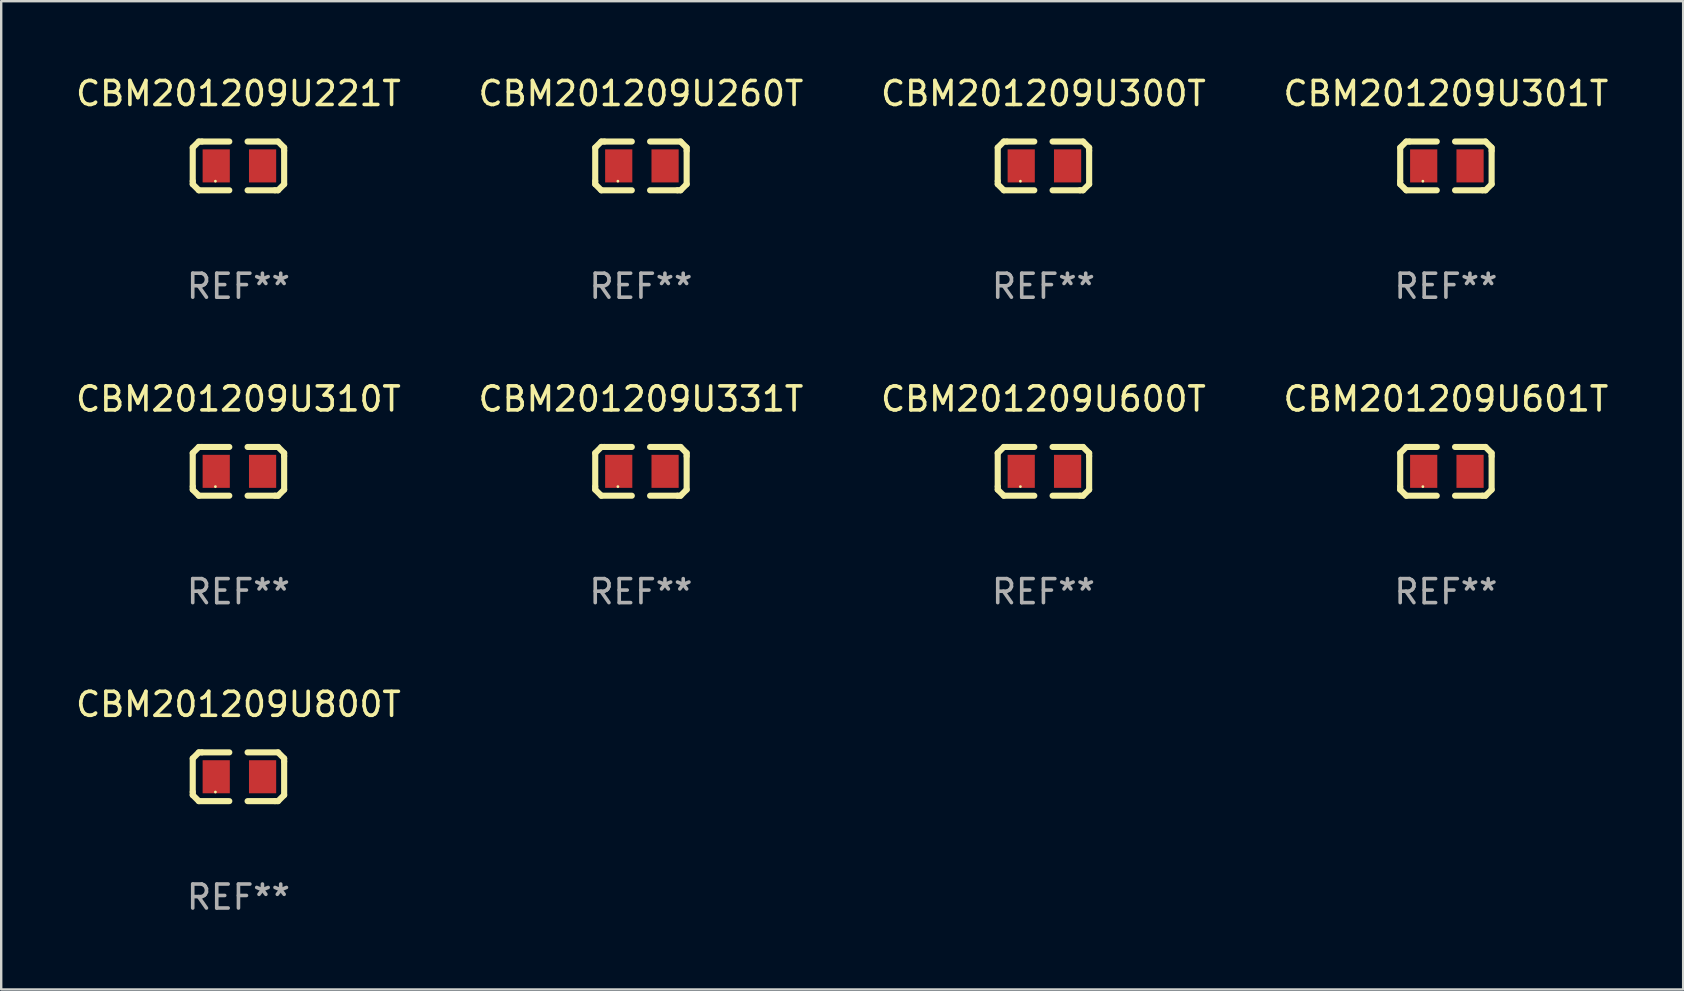
<source format=kicad_pcb>
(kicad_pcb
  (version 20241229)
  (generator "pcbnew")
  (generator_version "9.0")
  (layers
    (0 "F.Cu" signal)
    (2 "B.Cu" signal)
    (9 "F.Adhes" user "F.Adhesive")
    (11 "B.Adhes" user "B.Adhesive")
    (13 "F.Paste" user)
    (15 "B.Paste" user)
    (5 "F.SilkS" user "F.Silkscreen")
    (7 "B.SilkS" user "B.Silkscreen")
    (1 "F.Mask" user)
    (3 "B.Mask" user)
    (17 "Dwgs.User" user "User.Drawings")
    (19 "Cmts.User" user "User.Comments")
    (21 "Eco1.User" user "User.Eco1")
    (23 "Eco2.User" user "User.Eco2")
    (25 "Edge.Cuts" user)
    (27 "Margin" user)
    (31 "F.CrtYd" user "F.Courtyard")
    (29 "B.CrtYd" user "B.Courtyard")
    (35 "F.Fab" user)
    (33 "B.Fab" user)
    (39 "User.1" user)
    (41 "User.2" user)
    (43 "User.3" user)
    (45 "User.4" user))
  (footprint "CBM201209U260T"
    (layer "F.Cu")
    (at 23.661 3.864)
    (property "Reference" "CBM201209U260T" (at 0 -3.016 0) (layer "F.SilkS") (effects (font (size 1 1) (thickness 0.15))))
    (attr through_hole)
    (fp_line (start -1.905 -0.762) (end -1.905 0.635) (stroke (width 0.254) (type solid)) (layer "F.SilkS"))
    (fp_line (start -1.905 0.635) (end -1.905 0.762) (stroke (width 0.254) (type solid)) (layer "F.SilkS"))
    (fp_line (start -1.905 0.762) (end -1.651 1.016) (stroke (width 0.254) (type solid)) (layer "F.SilkS"))
    (fp_line (start -1.651 -1.016) (end -1.905 -0.762) (stroke (width 0.254) (type solid)) (layer "F.SilkS"))
    (fp_line (start -1.651 1.016) (end -0.381 1.016) (stroke (width 0.254) (type solid)) (layer "F.SilkS"))
    (fp_line (start -1.524 -1.016) (end -1.651 -1.016) (stroke (width 0.254) (type solid)) (layer "F.SilkS"))
    (fp_line (start -0.381 -1.016) (end -1.524 -1.016) (stroke (width 0.254) (type solid)) (layer "F.SilkS"))
    (fp_line (start 0.381 1.016) (end 1.524 1.016) (stroke (width 0.254) (type solid)) (layer "F.SilkS"))
    (fp_line (start 1.524 1.016) (end 1.651 1.016) (stroke (width 0.254) (type solid)) (layer "F.SilkS"))
    (fp_line (start 1.651 -1.016) (end 0.381 -1.016) (stroke (width 0.254) (type solid)) (layer "F.SilkS"))
    (fp_line (start 1.651 1.016) (end 1.905 0.762) (stroke (width 0.254) (type solid)) (layer "F.SilkS"))
    (fp_line (start 1.905 -0.762) (end 1.651 -1.016) (stroke (width 0.254) (type solid)) (layer "F.SilkS"))
    (fp_line (start 1.905 -0.635) (end 1.905 -0.762) (stroke (width 0.254) (type solid)) (layer "F.SilkS"))
    (fp_line (start 1.905 0.762) (end 1.905 -0.635) (stroke (width 0.254) (type solid)) (layer "F.SilkS"))
    (fp_circle (center -0.96 0.637) (end -0.93 0.637) (stroke (width 0.06) (type solid)) (fill no) (layer "F.SilkS"))
    (fp_text user "REF**" (at 0 5.016 0) (layer "F.Fab") (effects (font (size 1 1) (thickness 0.15))))
    (pad "1" smd rect (at -0.926 -0.000051) (size 1.133 1.377) (layers "F.Cu" "F.Mask" "F.Paste"))
    (pad "2" smd rect (at 1.006 -0.000051) (size 1.133 1.377) (layers "F.Cu" "F.Mask" "F.Paste")))
  (footprint "CBM201209U300T"
    (layer "F.Cu")
    (at 40.435 3.864)
    (property "Reference" "CBM201209U300T" (at 0 -3.016 0) (layer "F.SilkS") (effects (font (size 1 1) (thickness 0.15))))
    (attr through_hole)
    (fp_line (start -1.905 -0.762) (end -1.905 0.635) (stroke (width 0.254) (type solid)) (layer "F.SilkS"))
    (fp_line (start -1.905 0.635) (end -1.905 0.762) (stroke (width 0.254) (type solid)) (layer "F.SilkS"))
    (fp_line (start -1.905 0.762) (end -1.651 1.016) (stroke (width 0.254) (type solid)) (layer "F.SilkS"))
    (fp_line (start -1.651 -1.016) (end -1.905 -0.762) (stroke (width 0.254) (type solid)) (layer "F.SilkS"))
    (fp_line (start -1.651 1.016) (end -0.381 1.016) (stroke (width 0.254) (type solid)) (layer "F.SilkS"))
    (fp_line (start -1.524 -1.016) (end -1.651 -1.016) (stroke (width 0.254) (type solid)) (layer "F.SilkS"))
    (fp_line (start -0.381 -1.016) (end -1.524 -1.016) (stroke (width 0.254) (type solid)) (layer "F.SilkS"))
    (fp_line (start 0.381 1.016) (end 1.524 1.016) (stroke (width 0.254) (type solid)) (layer "F.SilkS"))
    (fp_line (start 1.524 1.016) (end 1.651 1.016) (stroke (width 0.254) (type solid)) (layer "F.SilkS"))
    (fp_line (start 1.651 -1.016) (end 0.381 -1.016) (stroke (width 0.254) (type solid)) (layer "F.SilkS"))
    (fp_line (start 1.651 1.016) (end 1.905 0.762) (stroke (width 0.254) (type solid)) (layer "F.SilkS"))
    (fp_line (start 1.905 -0.762) (end 1.651 -1.016) (stroke (width 0.254) (type solid)) (layer "F.SilkS"))
    (fp_line (start 1.905 -0.635) (end 1.905 -0.762) (stroke (width 0.254) (type solid)) (layer "F.SilkS"))
    (fp_line (start 1.905 0.762) (end 1.905 -0.635) (stroke (width 0.254) (type solid)) (layer "F.SilkS"))
    (fp_circle (center -0.96 0.637) (end -0.93 0.637) (stroke (width 0.06) (type solid)) (fill no) (layer "F.SilkS"))
    (fp_text user "REF**" (at 0 5.016 0) (layer "F.Fab") (effects (font (size 1 1) (thickness 0.15))))
    (pad "1" smd rect (at -0.926 -0.000051) (size 1.133 1.377) (layers "F.Cu" "F.Mask" "F.Paste"))
    (pad "2" smd rect (at 1.006 -0.000051) (size 1.133 1.377) (layers "F.Cu" "F.Mask" "F.Paste")))
  (footprint "CBM201209U600T"
    (layer "F.Cu")
    (at 40.435 16.593)
    (property "Reference" "CBM201209U600T" (at 0 -3.016 0) (layer "F.SilkS") (effects (font (size 1 1) (thickness 0.15))))
    (attr through_hole)
    (fp_line (start -1.905 -0.762) (end -1.905 0.635) (stroke (width 0.254) (type solid)) (layer "F.SilkS"))
    (fp_line (start -1.905 0.635) (end -1.905 0.762) (stroke (width 0.254) (type solid)) (layer "F.SilkS"))
    (fp_line (start -1.905 0.762) (end -1.651 1.016) (stroke (width 0.254) (type solid)) (layer "F.SilkS"))
    (fp_line (start -1.651 -1.016) (end -1.905 -0.762) (stroke (width 0.254) (type solid)) (layer "F.SilkS"))
    (fp_line (start -1.651 1.016) (end -0.381 1.016) (stroke (width 0.254) (type solid)) (layer "F.SilkS"))
    (fp_line (start -1.524 -1.016) (end -1.651 -1.016) (stroke (width 0.254) (type solid)) (layer "F.SilkS"))
    (fp_line (start -0.381 -1.016) (end -1.524 -1.016) (stroke (width 0.254) (type solid)) (layer "F.SilkS"))
    (fp_line (start 0.381 1.016) (end 1.524 1.016) (stroke (width 0.254) (type solid)) (layer "F.SilkS"))
    (fp_line (start 1.524 1.016) (end 1.651 1.016) (stroke (width 0.254) (type solid)) (layer "F.SilkS"))
    (fp_line (start 1.651 -1.016) (end 0.381 -1.016) (stroke (width 0.254) (type solid)) (layer "F.SilkS"))
    (fp_line (start 1.651 1.016) (end 1.905 0.762) (stroke (width 0.254) (type solid)) (layer "F.SilkS"))
    (fp_line (start 1.905 -0.762) (end 1.651 -1.016) (stroke (width 0.254) (type solid)) (layer "F.SilkS"))
    (fp_line (start 1.905 -0.635) (end 1.905 -0.762) (stroke (width 0.254) (type solid)) (layer "F.SilkS"))
    (fp_line (start 1.905 0.762) (end 1.905 -0.635) (stroke (width 0.254) (type solid)) (layer "F.SilkS"))
    (fp_circle (center -0.96 0.637) (end -0.93 0.637) (stroke (width 0.06) (type solid)) (fill no) (layer "F.SilkS"))
    (fp_text user "REF**" (at 0 5.016 0) (layer "F.Fab") (effects (font (size 1 1) (thickness 0.15))))
    (pad "1" smd rect (at -0.926 -0.000051) (size 1.133 1.377) (layers "F.Cu" "F.Mask" "F.Paste"))
    (pad "2" smd rect (at 1.006 -0.000051) (size 1.133 1.377) (layers "F.Cu" "F.Mask" "F.Paste")))
  (footprint "CBM201209U601T"
    (layer "F.Cu")
    (at 57.208 16.593)
    (property "Reference" "CBM201209U601T" (at 0 -3.016 0) (layer "F.SilkS") (effects (font (size 1 1) (thickness 0.15))))
    (attr through_hole)
    (fp_line (start -1.905 -0.762) (end -1.905 0.635) (stroke (width 0.254) (type solid)) (layer "F.SilkS"))
    (fp_line (start -1.905 0.635) (end -1.905 0.762) (stroke (width 0.254) (type solid)) (layer "F.SilkS"))
    (fp_line (start -1.905 0.762) (end -1.651 1.016) (stroke (width 0.254) (type solid)) (layer "F.SilkS"))
    (fp_line (start -1.651 -1.016) (end -1.905 -0.762) (stroke (width 0.254) (type solid)) (layer "F.SilkS"))
    (fp_line (start -1.651 1.016) (end -0.381 1.016) (stroke (width 0.254) (type solid)) (layer "F.SilkS"))
    (fp_line (start -1.524 -1.016) (end -1.651 -1.016) (stroke (width 0.254) (type solid)) (layer "F.SilkS"))
    (fp_line (start -0.381 -1.016) (end -1.524 -1.016) (stroke (width 0.254) (type solid)) (layer "F.SilkS"))
    (fp_line (start 0.381 1.016) (end 1.524 1.016) (stroke (width 0.254) (type solid)) (layer "F.SilkS"))
    (fp_line (start 1.524 1.016) (end 1.651 1.016) (stroke (width 0.254) (type solid)) (layer "F.SilkS"))
    (fp_line (start 1.651 -1.016) (end 0.381 -1.016) (stroke (width 0.254) (type solid)) (layer "F.SilkS"))
    (fp_line (start 1.651 1.016) (end 1.905 0.762) (stroke (width 0.254) (type solid)) (layer "F.SilkS"))
    (fp_line (start 1.905 -0.762) (end 1.651 -1.016) (stroke (width 0.254) (type solid)) (layer "F.SilkS"))
    (fp_line (start 1.905 -0.635) (end 1.905 -0.762) (stroke (width 0.254) (type solid)) (layer "F.SilkS"))
    (fp_line (start 1.905 0.762) (end 1.905 -0.635) (stroke (width 0.254) (type solid)) (layer "F.SilkS"))
    (fp_circle (center -0.96 0.637) (end -0.93 0.637) (stroke (width 0.06) (type solid)) (fill no) (layer "F.SilkS"))
    (fp_text user "REF**" (at 0 5.016 0) (layer "F.Fab") (effects (font (size 1 1) (thickness 0.15))))
    (pad "1" smd rect (at -0.926 -0.000051) (size 1.133 1.377) (layers "F.Cu" "F.Mask" "F.Paste"))
    (pad "2" smd rect (at 1.006 -0.000051) (size 1.133 1.377) (layers "F.Cu" "F.Mask" "F.Paste")))
  (footprint "CBM201209U301T"
    (layer "F.Cu")
    (at 57.208 3.864)
    (property "Reference" "CBM201209U301T" (at 0 -3.016 0) (layer "F.SilkS") (effects (font (size 1 1) (thickness 0.15))))
    (attr through_hole)
    (fp_line (start -1.905 -0.762) (end -1.905 0.635) (stroke (width 0.254) (type solid)) (layer "F.SilkS"))
    (fp_line (start -1.905 0.635) (end -1.905 0.762) (stroke (width 0.254) (type solid)) (layer "F.SilkS"))
    (fp_line (start -1.905 0.762) (end -1.651 1.016) (stroke (width 0.254) (type solid)) (layer "F.SilkS"))
    (fp_line (start -1.651 -1.016) (end -1.905 -0.762) (stroke (width 0.254) (type solid)) (layer "F.SilkS"))
    (fp_line (start -1.651 1.016) (end -0.381 1.016) (stroke (width 0.254) (type solid)) (layer "F.SilkS"))
    (fp_line (start -1.524 -1.016) (end -1.651 -1.016) (stroke (width 0.254) (type solid)) (layer "F.SilkS"))
    (fp_line (start -0.381 -1.016) (end -1.524 -1.016) (stroke (width 0.254) (type solid)) (layer "F.SilkS"))
    (fp_line (start 0.381 1.016) (end 1.524 1.016) (stroke (width 0.254) (type solid)) (layer "F.SilkS"))
    (fp_line (start 1.524 1.016) (end 1.651 1.016) (stroke (width 0.254) (type solid)) (layer "F.SilkS"))
    (fp_line (start 1.651 -1.016) (end 0.381 -1.016) (stroke (width 0.254) (type solid)) (layer "F.SilkS"))
    (fp_line (start 1.651 1.016) (end 1.905 0.762) (stroke (width 0.254) (type solid)) (layer "F.SilkS"))
    (fp_line (start 1.905 -0.762) (end 1.651 -1.016) (stroke (width 0.254) (type solid)) (layer "F.SilkS"))
    (fp_line (start 1.905 -0.635) (end 1.905 -0.762) (stroke (width 0.254) (type solid)) (layer "F.SilkS"))
    (fp_line (start 1.905 0.762) (end 1.905 -0.635) (stroke (width 0.254) (type solid)) (layer "F.SilkS"))
    (fp_circle (center -0.96 0.637) (end -0.93 0.637) (stroke (width 0.06) (type solid)) (fill no) (layer "F.SilkS"))
    (fp_text user "REF**" (at 0 5.016 0) (layer "F.Fab") (effects (font (size 1 1) (thickness 0.15))))
    (pad "1" smd rect (at -0.926 -0.000051) (size 1.133 1.377) (layers "F.Cu" "F.Mask" "F.Paste"))
    (pad "2" smd rect (at 1.006 -0.000051) (size 1.133 1.377) (layers "F.Cu" "F.Mask" "F.Paste")))
  (footprint "CBM201209U800T"
    (layer "F.Cu")
    (at 6.887 29.321)
    (property "Reference" "CBM201209U800T" (at 0 -3.016 0) (layer "F.SilkS") (effects (font (size 1 1) (thickness 0.15))))
    (attr through_hole)
    (fp_line (start -1.905 -0.762) (end -1.905 0.635) (stroke (width 0.254) (type solid)) (layer "F.SilkS"))
    (fp_line (start -1.905 0.635) (end -1.905 0.762) (stroke (width 0.254) (type solid)) (layer "F.SilkS"))
    (fp_line (start -1.905 0.762) (end -1.651 1.016) (stroke (width 0.254) (type solid)) (layer "F.SilkS"))
    (fp_line (start -1.651 -1.016) (end -1.905 -0.762) (stroke (width 0.254) (type solid)) (layer "F.SilkS"))
    (fp_line (start -1.651 1.016) (end -0.381 1.016) (stroke (width 0.254) (type solid)) (layer "F.SilkS"))
    (fp_line (start -1.524 -1.016) (end -1.651 -1.016) (stroke (width 0.254) (type solid)) (layer "F.SilkS"))
    (fp_line (start -0.381 -1.016) (end -1.524 -1.016) (stroke (width 0.254) (type solid)) (layer "F.SilkS"))
    (fp_line (start 0.381 1.016) (end 1.524 1.016) (stroke (width 0.254) (type solid)) (layer "F.SilkS"))
    (fp_line (start 1.524 1.016) (end 1.651 1.016) (stroke (width 0.254) (type solid)) (layer "F.SilkS"))
    (fp_line (start 1.651 -1.016) (end 0.381 -1.016) (stroke (width 0.254) (type solid)) (layer "F.SilkS"))
    (fp_line (start 1.651 1.016) (end 1.905 0.762) (stroke (width 0.254) (type solid)) (layer "F.SilkS"))
    (fp_line (start 1.905 -0.762) (end 1.651 -1.016) (stroke (width 0.254) (type solid)) (layer "F.SilkS"))
    (fp_line (start 1.905 -0.635) (end 1.905 -0.762) (stroke (width 0.254) (type solid)) (layer "F.SilkS"))
    (fp_line (start 1.905 0.762) (end 1.905 -0.635) (stroke (width 0.254) (type solid)) (layer "F.SilkS"))
    (fp_circle (center -0.96 0.637) (end -0.93 0.637) (stroke (width 0.06) (type solid)) (fill no) (layer "F.SilkS"))
    (fp_text user "REF**" (at 0 5.016 0) (layer "F.Fab") (effects (font (size 1 1) (thickness 0.15))))
    (pad "1" smd rect (at -0.926 -0.000051) (size 1.133 1.377) (layers "F.Cu" "F.Mask" "F.Paste"))
    (pad "2" smd rect (at 1.006 -0.000051) (size 1.133 1.377) (layers "F.Cu" "F.Mask" "F.Paste")))
  (footprint "CBM201209U310T"
    (layer "F.Cu")
    (at 6.887 16.593)
    (property "Reference" "CBM201209U310T" (at 0 -3.016 0) (layer "F.SilkS") (effects (font (size 1 1) (thickness 0.15))))
    (attr through_hole)
    (fp_line (start -1.905 -0.762) (end -1.905 0.635) (stroke (width 0.254) (type solid)) (layer "F.SilkS"))
    (fp_line (start -1.905 0.635) (end -1.905 0.762) (stroke (width 0.254) (type solid)) (layer "F.SilkS"))
    (fp_line (start -1.905 0.762) (end -1.651 1.016) (stroke (width 0.254) (type solid)) (layer "F.SilkS"))
    (fp_line (start -1.651 -1.016) (end -1.905 -0.762) (stroke (width 0.254) (type solid)) (layer "F.SilkS"))
    (fp_line (start -1.651 1.016) (end -0.381 1.016) (stroke (width 0.254) (type solid)) (layer "F.SilkS"))
    (fp_line (start -1.524 -1.016) (end -1.651 -1.016) (stroke (width 0.254) (type solid)) (layer "F.SilkS"))
    (fp_line (start -0.381 -1.016) (end -1.524 -1.016) (stroke (width 0.254) (type solid)) (layer "F.SilkS"))
    (fp_line (start 0.381 1.016) (end 1.524 1.016) (stroke (width 0.254) (type solid)) (layer "F.SilkS"))
    (fp_line (start 1.524 1.016) (end 1.651 1.016) (stroke (width 0.254) (type solid)) (layer "F.SilkS"))
    (fp_line (start 1.651 -1.016) (end 0.381 -1.016) (stroke (width 0.254) (type solid)) (layer "F.SilkS"))
    (fp_line (start 1.651 1.016) (end 1.905 0.762) (stroke (width 0.254) (type solid)) (layer "F.SilkS"))
    (fp_line (start 1.905 -0.762) (end 1.651 -1.016) (stroke (width 0.254) (type solid)) (layer "F.SilkS"))
    (fp_line (start 1.905 -0.635) (end 1.905 -0.762) (stroke (width 0.254) (type solid)) (layer "F.SilkS"))
    (fp_line (start 1.905 0.762) (end 1.905 -0.635) (stroke (width 0.254) (type solid)) (layer "F.SilkS"))
    (fp_circle (center -0.96 0.637) (end -0.93 0.637) (stroke (width 0.06) (type solid)) (fill no) (layer "F.SilkS"))
    (fp_text user "REF**" (at 0 5.016 0) (layer "F.Fab") (effects (font (size 1 1) (thickness 0.15))))
    (pad "1" smd rect (at -0.926 -0.000051) (size 1.133 1.377) (layers "F.Cu" "F.Mask" "F.Paste"))
    (pad "2" smd rect (at 1.006 -0.000051) (size 1.133 1.377) (layers "F.Cu" "F.Mask" "F.Paste")))
  (footprint "CBM201209U331T"
    (layer "F.Cu")
    (at 23.661 16.593)
    (property "Reference" "CBM201209U331T" (at 0 -3.016 0) (layer "F.SilkS") (effects (font (size 1 1) (thickness 0.15))))
    (attr through_hole)
    (fp_line (start -1.905 -0.762) (end -1.905 0.635) (stroke (width 0.254) (type solid)) (layer "F.SilkS"))
    (fp_line (start -1.905 0.635) (end -1.905 0.762) (stroke (width 0.254) (type solid)) (layer "F.SilkS"))
    (fp_line (start -1.905 0.762) (end -1.651 1.016) (stroke (width 0.254) (type solid)) (layer "F.SilkS"))
    (fp_line (start -1.651 -1.016) (end -1.905 -0.762) (stroke (width 0.254) (type solid)) (layer "F.SilkS"))
    (fp_line (start -1.651 1.016) (end -0.381 1.016) (stroke (width 0.254) (type solid)) (layer "F.SilkS"))
    (fp_line (start -1.524 -1.016) (end -1.651 -1.016) (stroke (width 0.254) (type solid)) (layer "F.SilkS"))
    (fp_line (start -0.381 -1.016) (end -1.524 -1.016) (stroke (width 0.254) (type solid)) (layer "F.SilkS"))
    (fp_line (start 0.381 1.016) (end 1.524 1.016) (stroke (width 0.254) (type solid)) (layer "F.SilkS"))
    (fp_line (start 1.524 1.016) (end 1.651 1.016) (stroke (width 0.254) (type solid)) (layer "F.SilkS"))
    (fp_line (start 1.651 -1.016) (end 0.381 -1.016) (stroke (width 0.254) (type solid)) (layer "F.SilkS"))
    (fp_line (start 1.651 1.016) (end 1.905 0.762) (stroke (width 0.254) (type solid)) (layer "F.SilkS"))
    (fp_line (start 1.905 -0.762) (end 1.651 -1.016) (stroke (width 0.254) (type solid)) (layer "F.SilkS"))
    (fp_line (start 1.905 -0.635) (end 1.905 -0.762) (stroke (width 0.254) (type solid)) (layer "F.SilkS"))
    (fp_line (start 1.905 0.762) (end 1.905 -0.635) (stroke (width 0.254) (type solid)) (layer "F.SilkS"))
    (fp_circle (center -0.96 0.637) (end -0.93 0.637) (stroke (width 0.06) (type solid)) (fill no) (layer "F.SilkS"))
    (fp_text user "REF**" (at 0 5.016 0) (layer "F.Fab") (effects (font (size 1 1) (thickness 0.15))))
    (pad "1" smd rect (at -0.926 -0.000051) (size 1.133 1.377) (layers "F.Cu" "F.Mask" "F.Paste"))
    (pad "2" smd rect (at 1.006 -0.000051) (size 1.133 1.377) (layers "F.Cu" "F.Mask" "F.Paste")))
  (footprint "CBM201209U221T"
    (layer "F.Cu")
    (at 6.887 3.864)
    (property "Reference" "CBM201209U221T" (at 0 -3.016 0) (layer "F.SilkS") (effects (font (size 1 1) (thickness 0.15))))
    (attr through_hole)
    (fp_line (start -1.905 -0.762) (end -1.905 0.635) (stroke (width 0.254) (type solid)) (layer "F.SilkS"))
    (fp_line (start -1.905 0.635) (end -1.905 0.762) (stroke (width 0.254) (type solid)) (layer "F.SilkS"))
    (fp_line (start -1.905 0.762) (end -1.651 1.016) (stroke (width 0.254) (type solid)) (layer "F.SilkS"))
    (fp_line (start -1.651 -1.016) (end -1.905 -0.762) (stroke (width 0.254) (type solid)) (layer "F.SilkS"))
    (fp_line (start -1.651 1.016) (end -0.381 1.016) (stroke (width 0.254) (type solid)) (layer "F.SilkS"))
    (fp_line (start -1.524 -1.016) (end -1.651 -1.016) (stroke (width 0.254) (type solid)) (layer "F.SilkS"))
    (fp_line (start -0.381 -1.016) (end -1.524 -1.016) (stroke (width 0.254) (type solid)) (layer "F.SilkS"))
    (fp_line (start 0.381 1.016) (end 1.524 1.016) (stroke (width 0.254) (type solid)) (layer "F.SilkS"))
    (fp_line (start 1.524 1.016) (end 1.651 1.016) (stroke (width 0.254) (type solid)) (layer "F.SilkS"))
    (fp_line (start 1.651 -1.016) (end 0.381 -1.016) (stroke (width 0.254) (type solid)) (layer "F.SilkS"))
    (fp_line (start 1.651 1.016) (end 1.905 0.762) (stroke (width 0.254) (type solid)) (layer "F.SilkS"))
    (fp_line (start 1.905 -0.762) (end 1.651 -1.016) (stroke (width 0.254) (type solid)) (layer "F.SilkS"))
    (fp_line (start 1.905 -0.635) (end 1.905 -0.762) (stroke (width 0.254) (type solid)) (layer "F.SilkS"))
    (fp_line (start 1.905 0.762) (end 1.905 -0.635) (stroke (width 0.254) (type solid)) (layer "F.SilkS"))
    (fp_circle (center -0.96 0.637) (end -0.93 0.637) (stroke (width 0.06) (type solid)) (fill no) (layer "F.SilkS"))
    (fp_text user "REF**" (at 0 5.016 0) (layer "F.Fab") (effects (font (size 1 1) (thickness 0.15))))
    (pad "1" smd rect (at -0.926 -0.000051) (size 1.133 1.377) (layers "F.Cu" "F.Mask" "F.Paste"))
    (pad "2" smd rect (at 1.006 -0.000051) (size 1.133 1.377) (layers "F.Cu" "F.Mask" "F.Paste")))
  (gr_rect
    (start -3 -3)
    (end 67.095 38.186)
    (stroke (width 0.1) (type default))
    (fill no)
    (layer "Edge.Cuts")))
</source>
